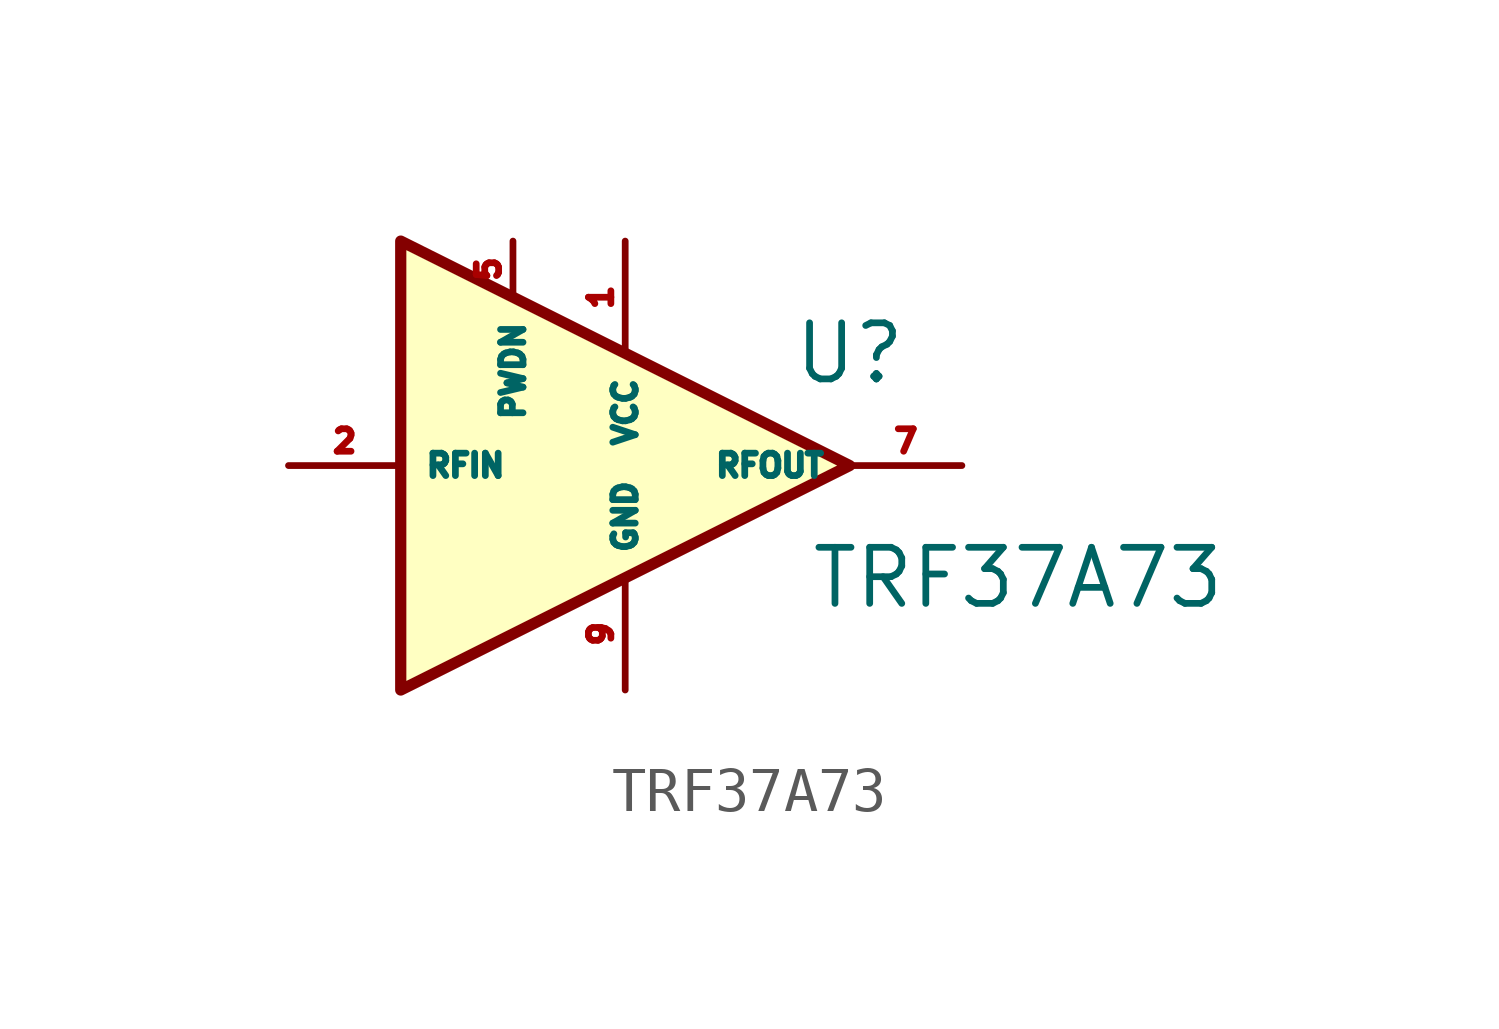
<source format=kicad_sym>
(kicad_symbol_lib
  (version 20211014)
  (generator kicad_symbol_editor)
  (symbol "TRF37A73"
    (property "Reference" "U"
      (at 7.62 2.54 0)
      (effects (font (size 1.27 1.27))))
    (property "Value" "TRF37A73"
      (at 11.43 -2.54 0)
      (effects (font (size 1.27 1.27))))
    (symbol "TRF37A73_0_1"
      (polyline (pts (xy -2.54 5.08) (xy -2.54 0) (xy -2.54 -5.08) (xy 7.62 0) (xy -2.54 5.08)) (stroke (width 0.254) (type default) (color 0 0 0 0)) (fill (type background))))
    (symbol "TRF37A73_1_1"
      (pin power_in line (at 2.54 5.08 270) (length 2.54) (name "VCC" (effects (font (size 0.508 0.508)))) (number "1" (effects (font (size 0.508 0.508)))))
      (pin input line (at -5.08 0 0) (length 2.54) (name "RFIN" (effects (font (size 0.508 0.508)))) (number "2" (effects (font (size 0.508 0.508)))))
      (pin no_connect line (at -2.54 2.54 0) (length 2.54) hide (name "NC" (effects (font (size 0.508 0.508)))) (number "3" (effects (font (size 0.508 0.508)))))
      (pin no_connect line (at -2.54 -2.54 0) (length 2.54) hide (name "NC" (effects (font (size 0.508 0.508)))) (number "4" (effects (font (size 0.508 0.508)))))
      (pin passive line (at 0 5.08 270) (length 1.27) (name "PWDN" (effects (font (size 0.508 0.508)))) (number "5" (effects (font (size 0.508 0.508)))))
      (pin no_connect line (at 2.54 2.54 180) (length 2.54) hide (name "NC" (effects (font (size 0.508 0.508)))) (number "6" (effects (font (size 0.508 0.508)))))
      (pin output line (at 10.16 0 180) (length 2.54) (name "RFOUT" (effects (font (size 0.508 0.508)))) (number "7" (effects (font (size 0.508 0.508)))))
      (pin no_connect line (at 2.54 -2.54 180) (length 2.54) hide (name "NC" (effects (font (size 0.508 0.508)))) (number "8" (effects (font (size 0.508 0.508)))))
      (pin power_in line (at 2.54 -5.08 90) (length 2.54) (name "GND" (effects (font (size 0.508 0.508)))) (number "9" (effects (font (size 0.508 0.508))))))))
</source>
